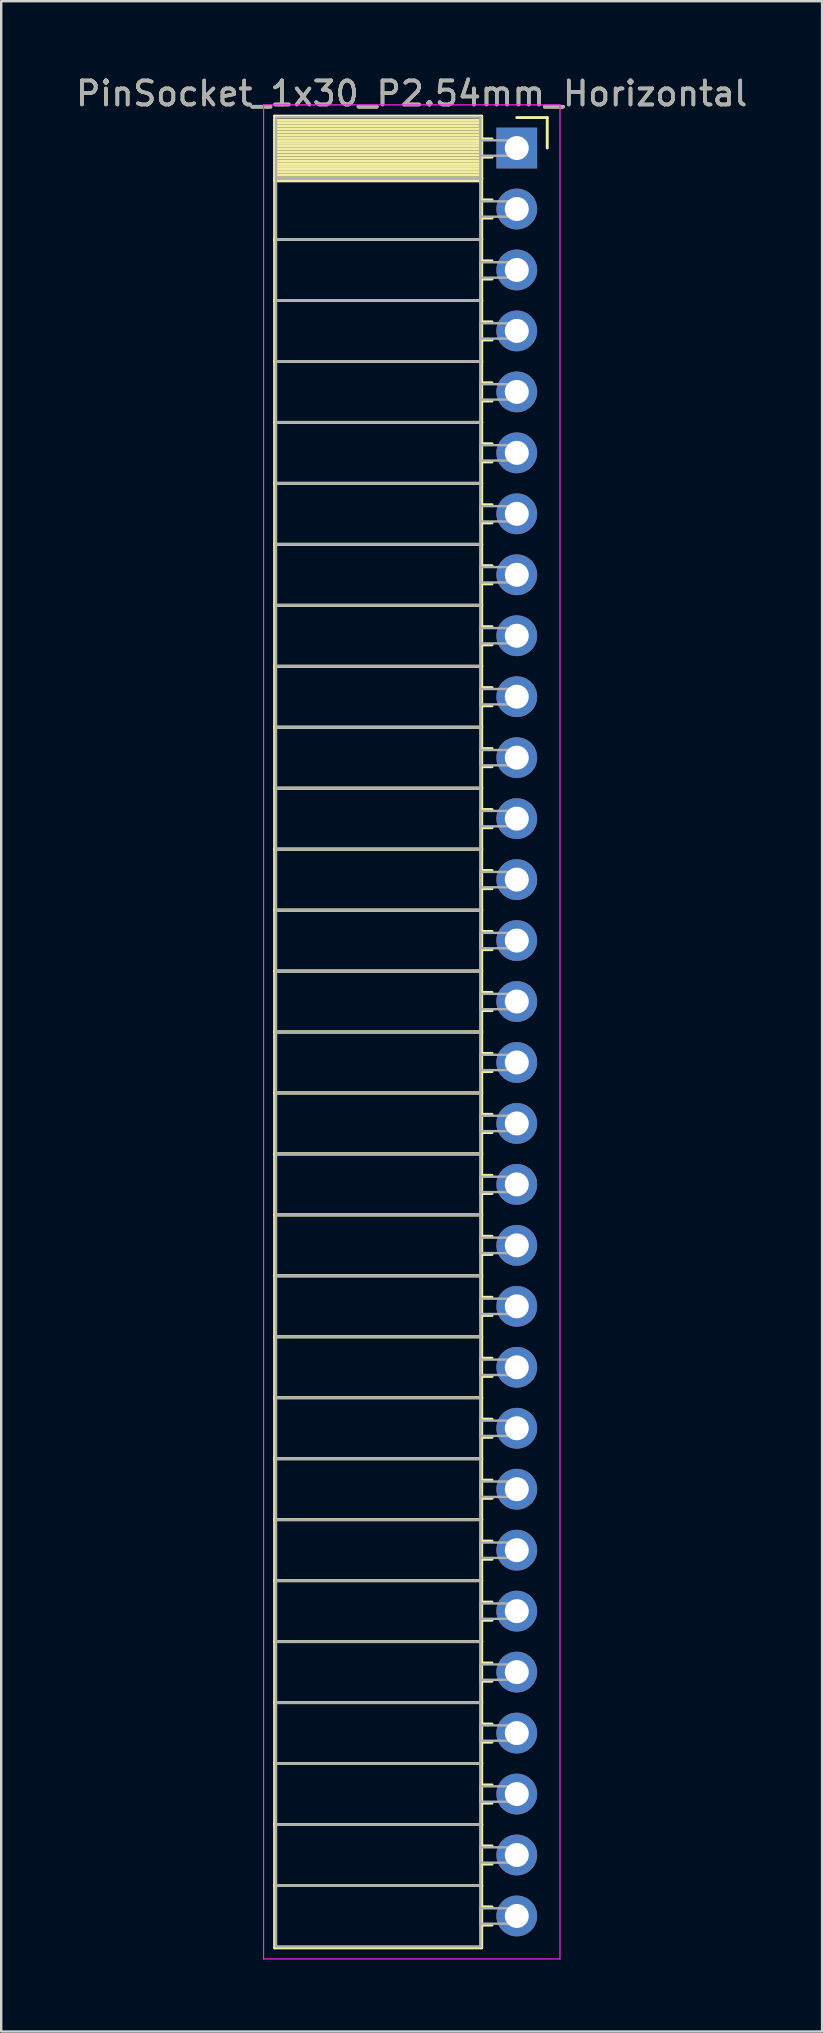
<source format=kicad_pcb>
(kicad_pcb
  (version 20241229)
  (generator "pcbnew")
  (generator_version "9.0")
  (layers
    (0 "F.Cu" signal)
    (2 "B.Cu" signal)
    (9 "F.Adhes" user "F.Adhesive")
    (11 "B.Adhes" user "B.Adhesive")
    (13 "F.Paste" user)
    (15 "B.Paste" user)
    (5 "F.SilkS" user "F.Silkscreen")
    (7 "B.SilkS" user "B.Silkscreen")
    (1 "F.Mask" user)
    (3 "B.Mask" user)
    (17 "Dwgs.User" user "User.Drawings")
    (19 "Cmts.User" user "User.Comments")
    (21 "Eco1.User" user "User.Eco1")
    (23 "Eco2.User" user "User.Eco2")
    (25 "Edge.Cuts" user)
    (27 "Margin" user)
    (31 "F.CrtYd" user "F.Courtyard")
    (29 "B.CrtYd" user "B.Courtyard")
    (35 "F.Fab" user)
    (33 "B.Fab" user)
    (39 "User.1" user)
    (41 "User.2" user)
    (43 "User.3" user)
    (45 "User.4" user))
  (footprint "PinSocket_1x30_P2.54mm_Horizontal"
    (layer "F.Cu")
    (at 18.481 3.118)
    (property "Reference" "PinSocket_1x30_P2.54mm_Horizontal" (at -4.38 -2.27 0) (layer "F.SilkS") (effects (font (size 1 1) (thickness 0.15))))
    (attr through_hole)
    (fp_line (start -10.09 -1.33) (end -1.46 -1.33) (stroke (width 0.12) (type solid)) (layer "F.SilkS"))
    (fp_line (start -10.09 1.27) (end -10.09 -1.33) (stroke (width 0.12) (type solid)) (layer "F.SilkS"))
    (fp_line (start -10.09 1.27) (end -1.46 1.27) (stroke (width 0.12) (type solid)) (layer "F.SilkS"))
    (fp_line (start -10.09 3.81) (end -10.09 1.27) (stroke (width 0.12) (type solid)) (layer "F.SilkS"))
    (fp_line (start -10.09 3.81) (end -1.46 3.81) (stroke (width 0.12) (type solid)) (layer "F.SilkS"))
    (fp_line (start -10.09 6.35) (end -10.09 3.81) (stroke (width 0.12) (type solid)) (layer "F.SilkS"))
    (fp_line (start -10.09 6.35) (end -1.46 6.35) (stroke (width 0.12) (type solid)) (layer "F.SilkS"))
    (fp_line (start -10.09 8.89) (end -10.09 6.35) (stroke (width 0.12) (type solid)) (layer "F.SilkS"))
    (fp_line (start -10.09 8.89) (end -1.46 8.89) (stroke (width 0.12) (type solid)) (layer "F.SilkS"))
    (fp_line (start -10.09 11.43) (end -10.09 8.89) (stroke (width 0.12) (type solid)) (layer "F.SilkS"))
    (fp_line (start -10.09 11.43) (end -1.46 11.43) (stroke (width 0.12) (type solid)) (layer "F.SilkS"))
    (fp_line (start -10.09 13.97) (end -10.09 11.43) (stroke (width 0.12) (type solid)) (layer "F.SilkS"))
    (fp_line (start -10.09 13.97) (end -1.46 13.97) (stroke (width 0.12) (type solid)) (layer "F.SilkS"))
    (fp_line (start -10.09 16.51) (end -10.09 13.97) (stroke (width 0.12) (type solid)) (layer "F.SilkS"))
    (fp_line (start -10.09 16.51) (end -1.46 16.51) (stroke (width 0.12) (type solid)) (layer "F.SilkS"))
    (fp_line (start -10.09 19.05) (end -10.09 16.51) (stroke (width 0.12) (type solid)) (layer "F.SilkS"))
    (fp_line (start -10.09 19.05) (end -1.46 19.05) (stroke (width 0.12) (type solid)) (layer "F.SilkS"))
    (fp_line (start -10.09 21.59) (end -10.09 19.05) (stroke (width 0.12) (type solid)) (layer "F.SilkS"))
    (fp_line (start -10.09 21.59) (end -1.46 21.59) (stroke (width 0.12) (type solid)) (layer "F.SilkS"))
    (fp_line (start -10.09 24.13) (end -10.09 21.59) (stroke (width 0.12) (type solid)) (layer "F.SilkS"))
    (fp_line (start -10.09 24.13) (end -1.46 24.13) (stroke (width 0.12) (type solid)) (layer "F.SilkS"))
    (fp_line (start -10.09 26.67) (end -10.09 24.13) (stroke (width 0.12) (type solid)) (layer "F.SilkS"))
    (fp_line (start -10.09 26.67) (end -1.46 26.67) (stroke (width 0.12) (type solid)) (layer "F.SilkS"))
    (fp_line (start -10.09 29.21) (end -10.09 26.67) (stroke (width 0.12) (type solid)) (layer "F.SilkS"))
    (fp_line (start -10.09 29.21) (end -1.46 29.21) (stroke (width 0.12) (type solid)) (layer "F.SilkS"))
    (fp_line (start -10.09 31.75) (end -10.09 29.21) (stroke (width 0.12) (type solid)) (layer "F.SilkS"))
    (fp_line (start -10.09 31.75) (end -1.46 31.75) (stroke (width 0.12) (type solid)) (layer "F.SilkS"))
    (fp_line (start -10.09 34.29) (end -10.09 31.75) (stroke (width 0.12) (type solid)) (layer "F.SilkS"))
    (fp_line (start -10.09 34.29) (end -1.46 34.29) (stroke (width 0.12) (type solid)) (layer "F.SilkS"))
    (fp_line (start -10.09 36.83) (end -10.09 34.29) (stroke (width 0.12) (type solid)) (layer "F.SilkS"))
    (fp_line (start -10.09 36.83) (end -1.46 36.83) (stroke (width 0.12) (type solid)) (layer "F.SilkS"))
    (fp_line (start -10.09 39.37) (end -10.09 36.83) (stroke (width 0.12) (type solid)) (layer "F.SilkS"))
    (fp_line (start -10.09 39.37) (end -1.46 39.37) (stroke (width 0.12) (type solid)) (layer "F.SilkS"))
    (fp_line (start -10.09 41.91) (end -10.09 39.37) (stroke (width 0.12) (type solid)) (layer "F.SilkS"))
    (fp_line (start -10.09 41.91) (end -1.46 41.91) (stroke (width 0.12) (type solid)) (layer "F.SilkS"))
    (fp_line (start -10.09 44.45) (end -10.09 41.91) (stroke (width 0.12) (type solid)) (layer "F.SilkS"))
    (fp_line (start -10.09 44.45) (end -1.46 44.45) (stroke (width 0.12) (type solid)) (layer "F.SilkS"))
    (fp_line (start -10.09 46.99) (end -10.09 44.45) (stroke (width 0.12) (type solid)) (layer "F.SilkS"))
    (fp_line (start -10.09 46.99) (end -1.46 46.99) (stroke (width 0.12) (type solid)) (layer "F.SilkS"))
    (fp_line (start -10.09 49.53) (end -10.09 46.99) (stroke (width 0.12) (type solid)) (layer "F.SilkS"))
    (fp_line (start -10.09 49.53) (end -1.46 49.53) (stroke (width 0.12) (type solid)) (layer "F.SilkS"))
    (fp_line (start -10.09 52.07) (end -10.09 49.53) (stroke (width 0.12) (type solid)) (layer "F.SilkS"))
    (fp_line (start -10.09 52.07) (end -1.46 52.07) (stroke (width 0.12) (type solid)) (layer "F.SilkS"))
    (fp_line (start -10.09 54.61) (end -10.09 52.07) (stroke (width 0.12) (type solid)) (layer "F.SilkS"))
    (fp_line (start -10.09 54.61) (end -1.46 54.61) (stroke (width 0.12) (type solid)) (layer "F.SilkS"))
    (fp_line (start -10.09 57.15) (end -10.09 54.61) (stroke (width 0.12) (type solid)) (layer "F.SilkS"))
    (fp_line (start -10.09 57.15) (end -1.46 57.15) (stroke (width 0.12) (type solid)) (layer "F.SilkS"))
    (fp_line (start -10.09 59.69) (end -10.09 57.15) (stroke (width 0.12) (type solid)) (layer "F.SilkS"))
    (fp_line (start -10.09 59.69) (end -1.46 59.69) (stroke (width 0.12) (type solid)) (layer "F.SilkS"))
    (fp_line (start -10.09 62.23) (end -10.09 59.69) (stroke (width 0.12) (type solid)) (layer "F.SilkS"))
    (fp_line (start -10.09 62.23) (end -1.46 62.23) (stroke (width 0.12) (type solid)) (layer "F.SilkS"))
    (fp_line (start -10.09 64.77) (end -10.09 62.23) (stroke (width 0.12) (type solid)) (layer "F.SilkS"))
    (fp_line (start -10.09 64.77) (end -1.46 64.77) (stroke (width 0.12) (type solid)) (layer "F.SilkS"))
    (fp_line (start -10.09 67.31) (end -10.09 64.77) (stroke (width 0.12) (type solid)) (layer "F.SilkS"))
    (fp_line (start -10.09 67.31) (end -1.46 67.31) (stroke (width 0.12) (type solid)) (layer "F.SilkS"))
    (fp_line (start -10.09 69.85) (end -10.09 67.31) (stroke (width 0.12) (type solid)) (layer "F.SilkS"))
    (fp_line (start -10.09 69.85) (end -1.46 69.85) (stroke (width 0.12) (type solid)) (layer "F.SilkS"))
    (fp_line (start -10.09 72.39) (end -10.09 69.85) (stroke (width 0.12) (type solid)) (layer "F.SilkS"))
    (fp_line (start -10.09 72.39) (end -1.46 72.39) (stroke (width 0.12) (type solid)) (layer "F.SilkS"))
    (fp_line (start -10.09 74.99) (end -10.09 72.39) (stroke (width 0.12) (type solid)) (layer "F.SilkS"))
    (fp_line (start -1.46 -1.33) (end -1.46 1.27) (stroke (width 0.12) (type solid)) (layer "F.SilkS"))
    (fp_line (start -1.46 -1.15) (end -10.09 -1.15) (stroke (width 0.12) (type solid)) (layer "F.SilkS"))
    (fp_line (start -1.46 -1.03) (end -10.09 -1.03) (stroke (width 0.12) (type solid)) (layer "F.SilkS"))
    (fp_line (start -1.46 -0.91) (end -10.09 -0.91) (stroke (width 0.12) (type solid)) (layer "F.SilkS"))
    (fp_line (start -1.46 -0.79) (end -10.09 -0.79) (stroke (width 0.12) (type solid)) (layer "F.SilkS"))
    (fp_line (start -1.46 -0.67) (end -10.09 -0.67) (stroke (width 0.12) (type solid)) (layer "F.SilkS"))
    (fp_line (start -1.46 -0.55) (end -10.09 -0.55) (stroke (width 0.12) (type solid)) (layer "F.SilkS"))
    (fp_line (start -1.46 -0.43) (end -10.09 -0.43) (stroke (width 0.12) (type solid)) (layer "F.SilkS"))
    (fp_line (start -1.46 -0.31) (end -10.09 -0.31) (stroke (width 0.12) (type solid)) (layer "F.SilkS"))
    (fp_line (start -1.46 -0.19) (end -10.09 -0.19) (stroke (width 0.12) (type solid)) (layer "F.SilkS"))
    (fp_line (start -1.46 -0.07) (end -10.09 -0.07) (stroke (width 0.12) (type solid)) (layer "F.SilkS"))
    (fp_line (start -1.46 0.05) (end -10.09 0.05) (stroke (width 0.12) (type solid)) (layer "F.SilkS"))
    (fp_line (start -1.46 0.17) (end -10.09 0.17) (stroke (width 0.12) (type solid)) (layer "F.SilkS"))
    (fp_line (start -1.46 0.29) (end -10.09 0.29) (stroke (width 0.12) (type solid)) (layer "F.SilkS"))
    (fp_line (start -1.46 0.41) (end -10.09 0.41) (stroke (width 0.12) (type solid)) (layer "F.SilkS"))
    (fp_line (start -1.46 0.53) (end -10.09 0.53) (stroke (width 0.12) (type solid)) (layer "F.SilkS"))
    (fp_line (start -1.46 0.65) (end -10.09 0.65) (stroke (width 0.12) (type solid)) (layer "F.SilkS"))
    (fp_line (start -1.46 0.77) (end -10.09 0.77) (stroke (width 0.12) (type solid)) (layer "F.SilkS"))
    (fp_line (start -1.46 0.89) (end -10.09 0.89) (stroke (width 0.12) (type solid)) (layer "F.SilkS"))
    (fp_line (start -1.46 1.01) (end -10.09 1.01) (stroke (width 0.12) (type solid)) (layer "F.SilkS"))
    (fp_line (start -1.46 1.13) (end -10.09 1.13) (stroke (width 0.12) (type solid)) (layer "F.SilkS"))
    (fp_line (start -1.46 1.25) (end -10.09 1.25) (stroke (width 0.12) (type solid)) (layer "F.SilkS"))
    (fp_line (start -1.46 1.27) (end -10.09 1.27) (stroke (width 0.12) (type solid)) (layer "F.SilkS"))
    (fp_line (start -1.46 1.27) (end -1.46 3.81) (stroke (width 0.12) (type solid)) (layer "F.SilkS"))
    (fp_line (start -1.46 1.37) (end -10.09 1.37) (stroke (width 0.12) (type solid)) (layer "F.SilkS"))
    (fp_line (start -1.46 3.81) (end -10.09 3.81) (stroke (width 0.12) (type solid)) (layer "F.SilkS"))
    (fp_line (start -1.46 3.81) (end -1.46 6.35) (stroke (width 0.12) (type solid)) (layer "F.SilkS"))
    (fp_line (start -1.46 6.35) (end -10.09 6.35) (stroke (width 0.12) (type solid)) (layer "F.SilkS"))
    (fp_line (start -1.46 6.35) (end -1.46 8.89) (stroke (width 0.12) (type solid)) (layer "F.SilkS"))
    (fp_line (start -1.46 8.89) (end -10.09 8.89) (stroke (width 0.12) (type solid)) (layer "F.SilkS"))
    (fp_line (start -1.46 8.89) (end -1.46 11.43) (stroke (width 0.12) (type solid)) (layer "F.SilkS"))
    (fp_line (start -1.46 11.43) (end -10.09 11.43) (stroke (width 0.12) (type solid)) (layer "F.SilkS"))
    (fp_line (start -1.46 11.43) (end -1.46 13.97) (stroke (width 0.12) (type solid)) (layer "F.SilkS"))
    (fp_line (start -1.46 13.97) (end -10.09 13.97) (stroke (width 0.12) (type solid)) (layer "F.SilkS"))
    (fp_line (start -1.46 13.97) (end -1.46 16.51) (stroke (width 0.12) (type solid)) (layer "F.SilkS"))
    (fp_line (start -1.46 16.51) (end -10.09 16.51) (stroke (width 0.12) (type solid)) (layer "F.SilkS"))
    (fp_line (start -1.46 16.51) (end -1.46 19.05) (stroke (width 0.12) (type solid)) (layer "F.SilkS"))
    (fp_line (start -1.46 19.05) (end -10.09 19.05) (stroke (width 0.12) (type solid)) (layer "F.SilkS"))
    (fp_line (start -1.46 19.05) (end -1.46 21.59) (stroke (width 0.12) (type solid)) (layer "F.SilkS"))
    (fp_line (start -1.46 21.59) (end -10.09 21.59) (stroke (width 0.12) (type solid)) (layer "F.SilkS"))
    (fp_line (start -1.46 21.59) (end -1.46 24.13) (stroke (width 0.12) (type solid)) (layer "F.SilkS"))
    (fp_line (start -1.46 24.13) (end -10.09 24.13) (stroke (width 0.12) (type solid)) (layer "F.SilkS"))
    (fp_line (start -1.46 24.13) (end -1.46 26.67) (stroke (width 0.12) (type solid)) (layer "F.SilkS"))
    (fp_line (start -1.46 26.67) (end -10.09 26.67) (stroke (width 0.12) (type solid)) (layer "F.SilkS"))
    (fp_line (start -1.46 26.67) (end -1.46 29.21) (stroke (width 0.12) (type solid)) (layer "F.SilkS"))
    (fp_line (start -1.46 29.21) (end -10.09 29.21) (stroke (width 0.12) (type solid)) (layer "F.SilkS"))
    (fp_line (start -1.46 29.21) (end -1.46 31.75) (stroke (width 0.12) (type solid)) (layer "F.SilkS"))
    (fp_line (start -1.46 31.75) (end -10.09 31.75) (stroke (width 0.12) (type solid)) (layer "F.SilkS"))
    (fp_line (start -1.46 31.75) (end -1.46 34.29) (stroke (width 0.12) (type solid)) (layer "F.SilkS"))
    (fp_line (start -1.46 34.29) (end -10.09 34.29) (stroke (width 0.12) (type solid)) (layer "F.SilkS"))
    (fp_line (start -1.46 34.29) (end -1.46 36.83) (stroke (width 0.12) (type solid)) (layer "F.SilkS"))
    (fp_line (start -1.46 36.83) (end -10.09 36.83) (stroke (width 0.12) (type solid)) (layer "F.SilkS"))
    (fp_line (start -1.46 36.83) (end -1.46 39.37) (stroke (width 0.12) (type solid)) (layer "F.SilkS"))
    (fp_line (start -1.46 39.37) (end -10.09 39.37) (stroke (width 0.12) (type solid)) (layer "F.SilkS"))
    (fp_line (start -1.46 39.37) (end -1.46 41.91) (stroke (width 0.12) (type solid)) (layer "F.SilkS"))
    (fp_line (start -1.46 41.91) (end -10.09 41.91) (stroke (width 0.12) (type solid)) (layer "F.SilkS"))
    (fp_line (start -1.46 41.91) (end -1.46 44.45) (stroke (width 0.12) (type solid)) (layer "F.SilkS"))
    (fp_line (start -1.46 44.45) (end -10.09 44.45) (stroke (width 0.12) (type solid)) (layer "F.SilkS"))
    (fp_line (start -1.46 44.45) (end -1.46 46.99) (stroke (width 0.12) (type solid)) (layer "F.SilkS"))
    (fp_line (start -1.46 46.99) (end -10.09 46.99) (stroke (width 0.12) (type solid)) (layer "F.SilkS"))
    (fp_line (start -1.46 46.99) (end -1.46 49.53) (stroke (width 0.12) (type solid)) (layer "F.SilkS"))
    (fp_line (start -1.46 49.53) (end -10.09 49.53) (stroke (width 0.12) (type solid)) (layer "F.SilkS"))
    (fp_line (start -1.46 49.53) (end -1.46 52.07) (stroke (width 0.12) (type solid)) (layer "F.SilkS"))
    (fp_line (start -1.46 52.07) (end -10.09 52.07) (stroke (width 0.12) (type solid)) (layer "F.SilkS"))
    (fp_line (start -1.46 52.07) (end -1.46 54.61) (stroke (width 0.12) (type solid)) (layer "F.SilkS"))
    (fp_line (start -1.46 54.61) (end -10.09 54.61) (stroke (width 0.12) (type solid)) (layer "F.SilkS"))
    (fp_line (start -1.46 54.61) (end -1.46 57.15) (stroke (width 0.12) (type solid)) (layer "F.SilkS"))
    (fp_line (start -1.46 57.15) (end -10.09 57.15) (stroke (width 0.12) (type solid)) (layer "F.SilkS"))
    (fp_line (start -1.46 57.15) (end -1.46 59.69) (stroke (width 0.12) (type solid)) (layer "F.SilkS"))
    (fp_line (start -1.46 59.69) (end -10.09 59.69) (stroke (width 0.12) (type solid)) (layer "F.SilkS"))
    (fp_line (start -1.46 59.69) (end -1.46 62.23) (stroke (width 0.12) (type solid)) (layer "F.SilkS"))
    (fp_line (start -1.46 62.23) (end -10.09 62.23) (stroke (width 0.12) (type solid)) (layer "F.SilkS"))
    (fp_line (start -1.46 62.23) (end -1.46 64.77) (stroke (width 0.12) (type solid)) (layer "F.SilkS"))
    (fp_line (start -1.46 64.77) (end -10.09 64.77) (stroke (width 0.12) (type solid)) (layer "F.SilkS"))
    (fp_line (start -1.46 64.77) (end -1.46 67.31) (stroke (width 0.12) (type solid)) (layer "F.SilkS"))
    (fp_line (start -1.46 67.31) (end -10.09 67.31) (stroke (width 0.12) (type solid)) (layer "F.SilkS"))
    (fp_line (start -1.46 67.31) (end -1.46 69.85) (stroke (width 0.12) (type solid)) (layer "F.SilkS"))
    (fp_line (start -1.46 69.85) (end -10.09 69.85) (stroke (width 0.12) (type solid)) (layer "F.SilkS"))
    (fp_line (start -1.46 69.85) (end -1.46 72.39) (stroke (width 0.12) (type solid)) (layer "F.SilkS"))
    (fp_line (start -1.46 72.39) (end -10.09 72.39) (stroke (width 0.12) (type solid)) (layer "F.SilkS"))
    (fp_line (start -1.46 72.39) (end -1.46 74.99) (stroke (width 0.12) (type solid)) (layer "F.SilkS"))
    (fp_line (start -1.46 74.99) (end -10.09 74.99) (stroke (width 0.12) (type solid)) (layer "F.SilkS"))
    (fp_line (start -1.03 -0.38) (end -1.46 -0.38) (stroke (width 0.12) (type solid)) (layer "F.SilkS"))
    (fp_line (start -1.03 0.38) (end -1.46 0.38) (stroke (width 0.12) (type solid)) (layer "F.SilkS"))
    (fp_line (start -1.03 2.16) (end -1.46 2.16) (stroke (width 0.12) (type solid)) (layer "F.SilkS"))
    (fp_line (start -1.03 2.92) (end -1.46 2.92) (stroke (width 0.12) (type solid)) (layer "F.SilkS"))
    (fp_line (start -1.03 4.7) (end -1.46 4.7) (stroke (width 0.12) (type solid)) (layer "F.SilkS"))
    (fp_line (start -1.03 5.46) (end -1.46 5.46) (stroke (width 0.12) (type solid)) (layer "F.SilkS"))
    (fp_line (start -1.03 7.24) (end -1.46 7.24) (stroke (width 0.12) (type solid)) (layer "F.SilkS"))
    (fp_line (start -1.03 8) (end -1.46 8) (stroke (width 0.12) (type solid)) (layer "F.SilkS"))
    (fp_line (start -1.03 9.78) (end -1.46 9.78) (stroke (width 0.12) (type solid)) (layer "F.SilkS"))
    (fp_line (start -1.03 10.54) (end -1.46 10.54) (stroke (width 0.12) (type solid)) (layer "F.SilkS"))
    (fp_line (start -1.03 12.32) (end -1.46 12.32) (stroke (width 0.12) (type solid)) (layer "F.SilkS"))
    (fp_line (start -1.03 13.08) (end -1.46 13.08) (stroke (width 0.12) (type solid)) (layer "F.SilkS"))
    (fp_line (start -1.03 14.86) (end -1.46 14.86) (stroke (width 0.12) (type solid)) (layer "F.SilkS"))
    (fp_line (start -1.03 15.62) (end -1.46 15.62) (stroke (width 0.12) (type solid)) (layer "F.SilkS"))
    (fp_line (start -1.03 17.4) (end -1.46 17.4) (stroke (width 0.12) (type solid)) (layer "F.SilkS"))
    (fp_line (start -1.03 18.16) (end -1.46 18.16) (stroke (width 0.12) (type solid)) (layer "F.SilkS"))
    (fp_line (start -1.03 19.94) (end -1.46 19.94) (stroke (width 0.12) (type solid)) (layer "F.SilkS"))
    (fp_line (start -1.03 20.7) (end -1.46 20.7) (stroke (width 0.12) (type solid)) (layer "F.SilkS"))
    (fp_line (start -1.03 22.48) (end -1.46 22.48) (stroke (width 0.12) (type solid)) (layer "F.SilkS"))
    (fp_line (start -1.03 23.24) (end -1.46 23.24) (stroke (width 0.12) (type solid)) (layer "F.SilkS"))
    (fp_line (start -1.03 25.02) (end -1.46 25.02) (stroke (width 0.12) (type solid)) (layer "F.SilkS"))
    (fp_line (start -1.03 25.78) (end -1.46 25.78) (stroke (width 0.12) (type solid)) (layer "F.SilkS"))
    (fp_line (start -1.03 27.56) (end -1.46 27.56) (stroke (width 0.12) (type solid)) (layer "F.SilkS"))
    (fp_line (start -1.03 28.32) (end -1.46 28.32) (stroke (width 0.12) (type solid)) (layer "F.SilkS"))
    (fp_line (start -1.03 30.1) (end -1.46 30.1) (stroke (width 0.12) (type solid)) (layer "F.SilkS"))
    (fp_line (start -1.03 30.86) (end -1.46 30.86) (stroke (width 0.12) (type solid)) (layer "F.SilkS"))
    (fp_line (start -1.03 32.64) (end -1.46 32.64) (stroke (width 0.12) (type solid)) (layer "F.SilkS"))
    (fp_line (start -1.03 33.4) (end -1.46 33.4) (stroke (width 0.12) (type solid)) (layer "F.SilkS"))
    (fp_line (start -1.03 35.18) (end -1.46 35.18) (stroke (width 0.12) (type solid)) (layer "F.SilkS"))
    (fp_line (start -1.03 35.94) (end -1.46 35.94) (stroke (width 0.12) (type solid)) (layer "F.SilkS"))
    (fp_line (start -1.03 37.72) (end -1.46 37.72) (stroke (width 0.12) (type solid)) (layer "F.SilkS"))
    (fp_line (start -1.03 38.48) (end -1.46 38.48) (stroke (width 0.12) (type solid)) (layer "F.SilkS"))
    (fp_line (start -1.03 40.26) (end -1.46 40.26) (stroke (width 0.12) (type solid)) (layer "F.SilkS"))
    (fp_line (start -1.03 41.02) (end -1.46 41.02) (stroke (width 0.12) (type solid)) (layer "F.SilkS"))
    (fp_line (start -1.03 42.8) (end -1.46 42.8) (stroke (width 0.12) (type solid)) (layer "F.SilkS"))
    (fp_line (start -1.03 43.56) (end -1.46 43.56) (stroke (width 0.12) (type solid)) (layer "F.SilkS"))
    (fp_line (start -1.03 45.34) (end -1.46 45.34) (stroke (width 0.12) (type solid)) (layer "F.SilkS"))
    (fp_line (start -1.03 46.1) (end -1.46 46.1) (stroke (width 0.12) (type solid)) (layer "F.SilkS"))
    (fp_line (start -1.03 47.88) (end -1.46 47.88) (stroke (width 0.12) (type solid)) (layer "F.SilkS"))
    (fp_line (start -1.03 48.64) (end -1.46 48.64) (stroke (width 0.12) (type solid)) (layer "F.SilkS"))
    (fp_line (start -1.03 50.42) (end -1.46 50.42) (stroke (width 0.12) (type solid)) (layer "F.SilkS"))
    (fp_line (start -1.03 51.18) (end -1.46 51.18) (stroke (width 0.12) (type solid)) (layer "F.SilkS"))
    (fp_line (start -1.03 52.96) (end -1.46 52.96) (stroke (width 0.12) (type solid)) (layer "F.SilkS"))
    (fp_line (start -1.03 53.72) (end -1.46 53.72) (stroke (width 0.12) (type solid)) (layer "F.SilkS"))
    (fp_line (start -1.03 55.5) (end -1.46 55.5) (stroke (width 0.12) (type solid)) (layer "F.SilkS"))
    (fp_line (start -1.03 56.26) (end -1.46 56.26) (stroke (width 0.12) (type solid)) (layer "F.SilkS"))
    (fp_line (start -1.03 58.04) (end -1.46 58.04) (stroke (width 0.12) (type solid)) (layer "F.SilkS"))
    (fp_line (start -1.03 58.8) (end -1.46 58.8) (stroke (width 0.12) (type solid)) (layer "F.SilkS"))
    (fp_line (start -1.03 60.58) (end -1.46 60.58) (stroke (width 0.12) (type solid)) (layer "F.SilkS"))
    (fp_line (start -1.03 61.34) (end -1.46 61.34) (stroke (width 0.12) (type solid)) (layer "F.SilkS"))
    (fp_line (start -1.03 63.12) (end -1.46 63.12) (stroke (width 0.12) (type solid)) (layer "F.SilkS"))
    (fp_line (start -1.03 63.88) (end -1.46 63.88) (stroke (width 0.12) (type solid)) (layer "F.SilkS"))
    (fp_line (start -1.03 65.66) (end -1.46 65.66) (stroke (width 0.12) (type solid)) (layer "F.SilkS"))
    (fp_line (start -1.03 66.42) (end -1.46 66.42) (stroke (width 0.12) (type solid)) (layer "F.SilkS"))
    (fp_line (start -1.03 68.2) (end -1.46 68.2) (stroke (width 0.12) (type solid)) (layer "F.SilkS"))
    (fp_line (start -1.03 68.96) (end -1.46 68.96) (stroke (width 0.12) (type solid)) (layer "F.SilkS"))
    (fp_line (start -1.03 70.74) (end -1.46 70.74) (stroke (width 0.12) (type solid)) (layer "F.SilkS"))
    (fp_line (start -1.03 71.5) (end -1.46 71.5) (stroke (width 0.12) (type solid)) (layer "F.SilkS"))
    (fp_line (start -1.03 73.28) (end -1.46 73.28) (stroke (width 0.12) (type solid)) (layer "F.SilkS"))
    (fp_line (start -1.03 74.04) (end -1.46 74.04) (stroke (width 0.12) (type solid)) (layer "F.SilkS"))
    (fp_line (start 0 -1.27) (end 1.27 -1.27) (stroke (width 0.12) (type solid)) (layer "F.SilkS"))
    (fp_line (start 1.27 -1.27) (end 1.27 0) (stroke (width 0.12) (type solid)) (layer "F.SilkS"))
    (fp_line (start -10.55 -1.8) (end 1.8 -1.8) (stroke (width 0.05) (type solid)) (layer "F.CrtYd"))
    (fp_line (start -10.55 75.45) (end -10.55 -1.8) (stroke (width 0.05) (type solid)) (layer "F.CrtYd"))
    (fp_line (start 1.8 -1.8) (end 1.8 75.45) (stroke (width 0.05) (type solid)) (layer "F.CrtYd"))
    (fp_line (start 1.8 75.45) (end -10.55 75.45) (stroke (width 0.05) (type solid)) (layer "F.CrtYd"))
    (fp_line (start -10.03 -1.27) (end -1.52 -1.27) (stroke (width 0.1) (type solid)) (layer "F.Fab"))
    (fp_line (start -10.03 1.27) (end -10.03 -1.27) (stroke (width 0.1) (type solid)) (layer "F.Fab"))
    (fp_line (start -10.03 1.27) (end -1.52 1.27) (stroke (width 0.1) (type solid)) (layer "F.Fab"))
    (fp_line (start -10.03 3.81) (end -10.03 1.27) (stroke (width 0.1) (type solid)) (layer "F.Fab"))
    (fp_line (start -10.03 3.81) (end -1.52 3.81) (stroke (width 0.1) (type solid)) (layer "F.Fab"))
    (fp_line (start -10.03 6.35) (end -10.03 3.81) (stroke (width 0.1) (type solid)) (layer "F.Fab"))
    (fp_line (start -10.03 6.35) (end -1.52 6.35) (stroke (width 0.1) (type solid)) (layer "F.Fab"))
    (fp_line (start -10.03 8.89) (end -10.03 6.35) (stroke (width 0.1) (type solid)) (layer "F.Fab"))
    (fp_line (start -10.03 8.89) (end -1.52 8.89) (stroke (width 0.1) (type solid)) (layer "F.Fab"))
    (fp_line (start -10.03 11.43) (end -10.03 8.89) (stroke (width 0.1) (type solid)) (layer "F.Fab"))
    (fp_line (start -10.03 11.43) (end -1.52 11.43) (stroke (width 0.1) (type solid)) (layer "F.Fab"))
    (fp_line (start -10.03 13.97) (end -10.03 11.43) (stroke (width 0.1) (type solid)) (layer "F.Fab"))
    (fp_line (start -10.03 13.97) (end -1.52 13.97) (stroke (width 0.1) (type solid)) (layer "F.Fab"))
    (fp_line (start -10.03 16.51) (end -10.03 13.97) (stroke (width 0.1) (type solid)) (layer "F.Fab"))
    (fp_line (start -10.03 16.51) (end -1.52 16.51) (stroke (width 0.1) (type solid)) (layer "F.Fab"))
    (fp_line (start -10.03 19.05) (end -10.03 16.51) (stroke (width 0.1) (type solid)) (layer "F.Fab"))
    (fp_line (start -10.03 19.05) (end -1.52 19.05) (stroke (width 0.1) (type solid)) (layer "F.Fab"))
    (fp_line (start -10.03 21.59) (end -10.03 19.05) (stroke (width 0.1) (type solid)) (layer "F.Fab"))
    (fp_line (start -10.03 21.59) (end -1.52 21.59) (stroke (width 0.1) (type solid)) (layer "F.Fab"))
    (fp_line (start -10.03 24.13) (end -10.03 21.59) (stroke (width 0.1) (type solid)) (layer "F.Fab"))
    (fp_line (start -10.03 24.13) (end -1.52 24.13) (stroke (width 0.1) (type solid)) (layer "F.Fab"))
    (fp_line (start -10.03 26.67) (end -10.03 24.13) (stroke (width 0.1) (type solid)) (layer "F.Fab"))
    (fp_line (start -10.03 26.67) (end -1.52 26.67) (stroke (width 0.1) (type solid)) (layer "F.Fab"))
    (fp_line (start -10.03 29.21) (end -10.03 26.67) (stroke (width 0.1) (type solid)) (layer "F.Fab"))
    (fp_line (start -10.03 29.21) (end -1.52 29.21) (stroke (width 0.1) (type solid)) (layer "F.Fab"))
    (fp_line (start -10.03 31.75) (end -10.03 29.21) (stroke (width 0.1) (type solid)) (layer "F.Fab"))
    (fp_line (start -10.03 31.75) (end -1.52 31.75) (stroke (width 0.1) (type solid)) (layer "F.Fab"))
    (fp_line (start -10.03 34.29) (end -10.03 31.75) (stroke (width 0.1) (type solid)) (layer "F.Fab"))
    (fp_line (start -10.03 34.29) (end -1.52 34.29) (stroke (width 0.1) (type solid)) (layer "F.Fab"))
    (fp_line (start -10.03 36.83) (end -10.03 34.29) (stroke (width 0.1) (type solid)) (layer "F.Fab"))
    (fp_line (start -10.03 36.83) (end -1.52 36.83) (stroke (width 0.1) (type solid)) (layer "F.Fab"))
    (fp_line (start -10.03 39.37) (end -10.03 36.83) (stroke (width 0.1) (type solid)) (layer "F.Fab"))
    (fp_line (start -10.03 39.37) (end -1.52 39.37) (stroke (width 0.1) (type solid)) (layer "F.Fab"))
    (fp_line (start -10.03 41.91) (end -10.03 39.37) (stroke (width 0.1) (type solid)) (layer "F.Fab"))
    (fp_line (start -10.03 41.91) (end -1.52 41.91) (stroke (width 0.1) (type solid)) (layer "F.Fab"))
    (fp_line (start -10.03 44.45) (end -10.03 41.91) (stroke (width 0.1) (type solid)) (layer "F.Fab"))
    (fp_line (start -10.03 44.45) (end -1.52 44.45) (stroke (width 0.1) (type solid)) (layer "F.Fab"))
    (fp_line (start -10.03 46.99) (end -10.03 44.45) (stroke (width 0.1) (type solid)) (layer "F.Fab"))
    (fp_line (start -10.03 46.99) (end -1.52 46.99) (stroke (width 0.1) (type solid)) (layer "F.Fab"))
    (fp_line (start -10.03 49.53) (end -10.03 46.99) (stroke (width 0.1) (type solid)) (layer "F.Fab"))
    (fp_line (start -10.03 49.53) (end -1.52 49.53) (stroke (width 0.1) (type solid)) (layer "F.Fab"))
    (fp_line (start -10.03 52.07) (end -10.03 49.53) (stroke (width 0.1) (type solid)) (layer "F.Fab"))
    (fp_line (start -10.03 52.07) (end -1.52 52.07) (stroke (width 0.1) (type solid)) (layer "F.Fab"))
    (fp_line (start -10.03 54.61) (end -10.03 52.07) (stroke (width 0.1) (type solid)) (layer "F.Fab"))
    (fp_line (start -10.03 54.61) (end -1.52 54.61) (stroke (width 0.1) (type solid)) (layer "F.Fab"))
    (fp_line (start -10.03 57.15) (end -10.03 54.61) (stroke (width 0.1) (type solid)) (layer "F.Fab"))
    (fp_line (start -10.03 57.15) (end -1.52 57.15) (stroke (width 0.1) (type solid)) (layer "F.Fab"))
    (fp_line (start -10.03 59.69) (end -10.03 57.15) (stroke (width 0.1) (type solid)) (layer "F.Fab"))
    (fp_line (start -10.03 59.69) (end -1.52 59.69) (stroke (width 0.1) (type solid)) (layer "F.Fab"))
    (fp_line (start -10.03 62.23) (end -10.03 59.69) (stroke (width 0.1) (type solid)) (layer "F.Fab"))
    (fp_line (start -10.03 62.23) (end -1.52 62.23) (stroke (width 0.1) (type solid)) (layer "F.Fab"))
    (fp_line (start -10.03 64.77) (end -10.03 62.23) (stroke (width 0.1) (type solid)) (layer "F.Fab"))
    (fp_line (start -10.03 64.77) (end -1.52 64.77) (stroke (width 0.1) (type solid)) (layer "F.Fab"))
    (fp_line (start -10.03 67.31) (end -10.03 64.77) (stroke (width 0.1) (type solid)) (layer "F.Fab"))
    (fp_line (start -10.03 67.31) (end -1.52 67.31) (stroke (width 0.1) (type solid)) (layer "F.Fab"))
    (fp_line (start -10.03 69.85) (end -10.03 67.31) (stroke (width 0.1) (type solid)) (layer "F.Fab"))
    (fp_line (start -10.03 69.85) (end -1.52 69.85) (stroke (width 0.1) (type solid)) (layer "F.Fab"))
    (fp_line (start -10.03 72.39) (end -10.03 69.85) (stroke (width 0.1) (type solid)) (layer "F.Fab"))
    (fp_line (start -10.03 72.39) (end -1.52 72.39) (stroke (width 0.1) (type solid)) (layer "F.Fab"))
    (fp_line (start -10.03 74.93) (end -10.03 72.39) (stroke (width 0.1) (type solid)) (layer "F.Fab"))
    (fp_line (start -1.52 -1.27) (end -1.52 1.27) (stroke (width 0.1) (type solid)) (layer "F.Fab"))
    (fp_line (start -1.52 -0.32) (end 0 -0.32) (stroke (width 0.1) (type solid)) (layer "F.Fab"))
    (fp_line (start -1.52 0.32) (end -1.52 -0.32) (stroke (width 0.1) (type solid)) (layer "F.Fab"))
    (fp_line (start -1.52 1.27) (end -10.03 1.27) (stroke (width 0.1) (type solid)) (layer "F.Fab"))
    (fp_line (start -1.52 1.27) (end -1.52 3.81) (stroke (width 0.1) (type solid)) (layer "F.Fab"))
    (fp_line (start -1.52 2.22) (end 0 2.22) (stroke (width 0.1) (type solid)) (layer "F.Fab"))
    (fp_line (start -1.52 2.86) (end -1.52 2.22) (stroke (width 0.1) (type solid)) (layer "F.Fab"))
    (fp_line (start -1.52 3.81) (end -10.03 3.81) (stroke (width 0.1) (type solid)) (layer "F.Fab"))
    (fp_line (start -1.52 3.81) (end -1.52 6.35) (stroke (width 0.1) (type solid)) (layer "F.Fab"))
    (fp_line (start -1.52 4.76) (end 0 4.76) (stroke (width 0.1) (type solid)) (layer "F.Fab"))
    (fp_line (start -1.52 5.4) (end -1.52 4.76) (stroke (width 0.1) (type solid)) (layer "F.Fab"))
    (fp_line (start -1.52 6.35) (end -10.03 6.35) (stroke (width 0.1) (type solid)) (layer "F.Fab"))
    (fp_line (start -1.52 6.35) (end -1.52 8.89) (stroke (width 0.1) (type solid)) (layer "F.Fab"))
    (fp_line (start -1.52 7.3) (end 0 7.3) (stroke (width 0.1) (type solid)) (layer "F.Fab"))
    (fp_line (start -1.52 7.94) (end -1.52 7.3) (stroke (width 0.1) (type solid)) (layer "F.Fab"))
    (fp_line (start -1.52 8.89) (end -10.03 8.89) (stroke (width 0.1) (type solid)) (layer "F.Fab"))
    (fp_line (start -1.52 8.89) (end -1.52 11.43) (stroke (width 0.1) (type solid)) (layer "F.Fab"))
    (fp_line (start -1.52 9.84) (end 0 9.84) (stroke (width 0.1) (type solid)) (layer "F.Fab"))
    (fp_line (start -1.52 10.48) (end -1.52 9.84) (stroke (width 0.1) (type solid)) (layer "F.Fab"))
    (fp_line (start -1.52 11.43) (end -10.03 11.43) (stroke (width 0.1) (type solid)) (layer "F.Fab"))
    (fp_line (start -1.52 11.43) (end -1.52 13.97) (stroke (width 0.1) (type solid)) (layer "F.Fab"))
    (fp_line (start -1.52 12.38) (end 0 12.38) (stroke (width 0.1) (type solid)) (layer "F.Fab"))
    (fp_line (start -1.52 13.02) (end -1.52 12.38) (stroke (width 0.1) (type solid)) (layer "F.Fab"))
    (fp_line (start -1.52 13.97) (end -10.03 13.97) (stroke (width 0.1) (type solid)) (layer "F.Fab"))
    (fp_line (start -1.52 13.97) (end -1.52 16.51) (stroke (width 0.1) (type solid)) (layer "F.Fab"))
    (fp_line (start -1.52 14.92) (end 0 14.92) (stroke (width 0.1) (type solid)) (layer "F.Fab"))
    (fp_line (start -1.52 15.56) (end -1.52 14.92) (stroke (width 0.1) (type solid)) (layer "F.Fab"))
    (fp_line (start -1.52 16.51) (end -10.03 16.51) (stroke (width 0.1) (type solid)) (layer "F.Fab"))
    (fp_line (start -1.52 16.51) (end -1.52 19.05) (stroke (width 0.1) (type solid)) (layer "F.Fab"))
    (fp_line (start -1.52 17.46) (end 0 17.46) (stroke (width 0.1) (type solid)) (layer "F.Fab"))
    (fp_line (start -1.52 18.1) (end -1.52 17.46) (stroke (width 0.1) (type solid)) (layer "F.Fab"))
    (fp_line (start -1.52 19.05) (end -10.03 19.05) (stroke (width 0.1) (type solid)) (layer "F.Fab"))
    (fp_line (start -1.52 19.05) (end -1.52 21.59) (stroke (width 0.1) (type solid)) (layer "F.Fab"))
    (fp_line (start -1.52 20) (end 0 20) (stroke (width 0.1) (type solid)) (layer "F.Fab"))
    (fp_line (start -1.52 20.64) (end -1.52 20) (stroke (width 0.1) (type solid)) (layer "F.Fab"))
    (fp_line (start -1.52 21.59) (end -10.03 21.59) (stroke (width 0.1) (type solid)) (layer "F.Fab"))
    (fp_line (start -1.52 21.59) (end -1.52 24.13) (stroke (width 0.1) (type solid)) (layer "F.Fab"))
    (fp_line (start -1.52 22.54) (end 0 22.54) (stroke (width 0.1) (type solid)) (layer "F.Fab"))
    (fp_line (start -1.52 23.18) (end -1.52 22.54) (stroke (width 0.1) (type solid)) (layer "F.Fab"))
    (fp_line (start -1.52 24.13) (end -10.03 24.13) (stroke (width 0.1) (type solid)) (layer "F.Fab"))
    (fp_line (start -1.52 24.13) (end -1.52 26.67) (stroke (width 0.1) (type solid)) (layer "F.Fab"))
    (fp_line (start -1.52 25.08) (end 0 25.08) (stroke (width 0.1) (type solid)) (layer "F.Fab"))
    (fp_line (start -1.52 25.72) (end -1.52 25.08) (stroke (width 0.1) (type solid)) (layer "F.Fab"))
    (fp_line (start -1.52 26.67) (end -10.03 26.67) (stroke (width 0.1) (type solid)) (layer "F.Fab"))
    (fp_line (start -1.52 26.67) (end -1.52 29.21) (stroke (width 0.1) (type solid)) (layer "F.Fab"))
    (fp_line (start -1.52 27.62) (end 0 27.62) (stroke (width 0.1) (type solid)) (layer "F.Fab"))
    (fp_line (start -1.52 28.26) (end -1.52 27.62) (stroke (width 0.1) (type solid)) (layer "F.Fab"))
    (fp_line (start -1.52 29.21) (end -10.03 29.21) (stroke (width 0.1) (type solid)) (layer "F.Fab"))
    (fp_line (start -1.52 29.21) (end -1.52 31.75) (stroke (width 0.1) (type solid)) (layer "F.Fab"))
    (fp_line (start -1.52 30.16) (end 0 30.16) (stroke (width 0.1) (type solid)) (layer "F.Fab"))
    (fp_line (start -1.52 30.8) (end -1.52 30.16) (stroke (width 0.1) (type solid)) (layer "F.Fab"))
    (fp_line (start -1.52 31.75) (end -10.03 31.75) (stroke (width 0.1) (type solid)) (layer "F.Fab"))
    (fp_line (start -1.52 31.75) (end -1.52 34.29) (stroke (width 0.1) (type solid)) (layer "F.Fab"))
    (fp_line (start -1.52 32.7) (end 0 32.7) (stroke (width 0.1) (type solid)) (layer "F.Fab"))
    (fp_line (start -1.52 33.34) (end -1.52 32.7) (stroke (width 0.1) (type solid)) (layer "F.Fab"))
    (fp_line (start -1.52 34.29) (end -10.03 34.29) (stroke (width 0.1) (type solid)) (layer "F.Fab"))
    (fp_line (start -1.52 34.29) (end -1.52 36.83) (stroke (width 0.1) (type solid)) (layer "F.Fab"))
    (fp_line (start -1.52 35.24) (end 0 35.24) (stroke (width 0.1) (type solid)) (layer "F.Fab"))
    (fp_line (start -1.52 35.88) (end -1.52 35.24) (stroke (width 0.1) (type solid)) (layer "F.Fab"))
    (fp_line (start -1.52 36.83) (end -10.03 36.83) (stroke (width 0.1) (type solid)) (layer "F.Fab"))
    (fp_line (start -1.52 36.83) (end -1.52 39.37) (stroke (width 0.1) (type solid)) (layer "F.Fab"))
    (fp_line (start -1.52 37.78) (end 0 37.78) (stroke (width 0.1) (type solid)) (layer "F.Fab"))
    (fp_line (start -1.52 38.42) (end -1.52 37.78) (stroke (width 0.1) (type solid)) (layer "F.Fab"))
    (fp_line (start -1.52 39.37) (end -10.03 39.37) (stroke (width 0.1) (type solid)) (layer "F.Fab"))
    (fp_line (start -1.52 39.37) (end -1.52 41.91) (stroke (width 0.1) (type solid)) (layer "F.Fab"))
    (fp_line (start -1.52 40.32) (end 0 40.32) (stroke (width 0.1) (type solid)) (layer "F.Fab"))
    (fp_line (start -1.52 40.96) (end -1.52 40.32) (stroke (width 0.1) (type solid)) (layer "F.Fab"))
    (fp_line (start -1.52 41.91) (end -10.03 41.91) (stroke (width 0.1) (type solid)) (layer "F.Fab"))
    (fp_line (start -1.52 41.91) (end -1.52 44.45) (stroke (width 0.1) (type solid)) (layer "F.Fab"))
    (fp_line (start -1.52 42.86) (end 0 42.86) (stroke (width 0.1) (type solid)) (layer "F.Fab"))
    (fp_line (start -1.52 43.5) (end -1.52 42.86) (stroke (width 0.1) (type solid)) (layer "F.Fab"))
    (fp_line (start -1.52 44.45) (end -10.03 44.45) (stroke (width 0.1) (type solid)) (layer "F.Fab"))
    (fp_line (start -1.52 44.45) (end -1.52 46.99) (stroke (width 0.1) (type solid)) (layer "F.Fab"))
    (fp_line (start -1.52 45.4) (end 0 45.4) (stroke (width 0.1) (type solid)) (layer "F.Fab"))
    (fp_line (start -1.52 46.04) (end -1.52 45.4) (stroke (width 0.1) (type solid)) (layer "F.Fab"))
    (fp_line (start -1.52 46.99) (end -10.03 46.99) (stroke (width 0.1) (type solid)) (layer "F.Fab"))
    (fp_line (start -1.52 46.99) (end -1.52 49.53) (stroke (width 0.1) (type solid)) (layer "F.Fab"))
    (fp_line (start -1.52 47.94) (end 0 47.94) (stroke (width 0.1) (type solid)) (layer "F.Fab"))
    (fp_line (start -1.52 48.58) (end -1.52 47.94) (stroke (width 0.1) (type solid)) (layer "F.Fab"))
    (fp_line (start -1.52 49.53) (end -10.03 49.53) (stroke (width 0.1) (type solid)) (layer "F.Fab"))
    (fp_line (start -1.52 49.53) (end -1.52 52.07) (stroke (width 0.1) (type solid)) (layer "F.Fab"))
    (fp_line (start -1.52 50.48) (end 0 50.48) (stroke (width 0.1) (type solid)) (layer "F.Fab"))
    (fp_line (start -1.52 51.12) (end -1.52 50.48) (stroke (width 0.1) (type solid)) (layer "F.Fab"))
    (fp_line (start -1.52 52.07) (end -10.03 52.07) (stroke (width 0.1) (type solid)) (layer "F.Fab"))
    (fp_line (start -1.52 52.07) (end -1.52 54.61) (stroke (width 0.1) (type solid)) (layer "F.Fab"))
    (fp_line (start -1.52 53.02) (end 0 53.02) (stroke (width 0.1) (type solid)) (layer "F.Fab"))
    (fp_line (start -1.52 53.66) (end -1.52 53.02) (stroke (width 0.1) (type solid)) (layer "F.Fab"))
    (fp_line (start -1.52 54.61) (end -10.03 54.61) (stroke (width 0.1) (type solid)) (layer "F.Fab"))
    (fp_line (start -1.52 54.61) (end -1.52 57.15) (stroke (width 0.1) (type solid)) (layer "F.Fab"))
    (fp_line (start -1.52 55.56) (end 0 55.56) (stroke (width 0.1) (type solid)) (layer "F.Fab"))
    (fp_line (start -1.52 56.2) (end -1.52 55.56) (stroke (width 0.1) (type solid)) (layer "F.Fab"))
    (fp_line (start -1.52 57.15) (end -10.03 57.15) (stroke (width 0.1) (type solid)) (layer "F.Fab"))
    (fp_line (start -1.52 57.15) (end -1.52 59.69) (stroke (width 0.1) (type solid)) (layer "F.Fab"))
    (fp_line (start -1.52 58.1) (end 0 58.1) (stroke (width 0.1) (type solid)) (layer "F.Fab"))
    (fp_line (start -1.52 58.74) (end -1.52 58.1) (stroke (width 0.1) (type solid)) (layer "F.Fab"))
    (fp_line (start -1.52 59.69) (end -10.03 59.69) (stroke (width 0.1) (type solid)) (layer "F.Fab"))
    (fp_line (start -1.52 59.69) (end -1.52 62.23) (stroke (width 0.1) (type solid)) (layer "F.Fab"))
    (fp_line (start -1.52 60.64) (end 0 60.64) (stroke (width 0.1) (type solid)) (layer "F.Fab"))
    (fp_line (start -1.52 61.28) (end -1.52 60.64) (stroke (width 0.1) (type solid)) (layer "F.Fab"))
    (fp_line (start -1.52 62.23) (end -10.03 62.23) (stroke (width 0.1) (type solid)) (layer "F.Fab"))
    (fp_line (start -1.52 62.23) (end -1.52 64.77) (stroke (width 0.1) (type solid)) (layer "F.Fab"))
    (fp_line (start -1.52 63.18) (end 0 63.18) (stroke (width 0.1) (type solid)) (layer "F.Fab"))
    (fp_line (start -1.52 63.82) (end -1.52 63.18) (stroke (width 0.1) (type solid)) (layer "F.Fab"))
    (fp_line (start -1.52 64.77) (end -10.03 64.77) (stroke (width 0.1) (type solid)) (layer "F.Fab"))
    (fp_line (start -1.52 64.77) (end -1.52 67.31) (stroke (width 0.1) (type solid)) (layer "F.Fab"))
    (fp_line (start -1.52 65.72) (end 0 65.72) (stroke (width 0.1) (type solid)) (layer "F.Fab"))
    (fp_line (start -1.52 66.36) (end -1.52 65.72) (stroke (width 0.1) (type solid)) (layer "F.Fab"))
    (fp_line (start -1.52 67.31) (end -10.03 67.31) (stroke (width 0.1) (type solid)) (layer "F.Fab"))
    (fp_line (start -1.52 67.31) (end -1.52 69.85) (stroke (width 0.1) (type solid)) (layer "F.Fab"))
    (fp_line (start -1.52 68.26) (end 0 68.26) (stroke (width 0.1) (type solid)) (layer "F.Fab"))
    (fp_line (start -1.52 68.9) (end -1.52 68.26) (stroke (width 0.1) (type solid)) (layer "F.Fab"))
    (fp_line (start -1.52 69.85) (end -10.03 69.85) (stroke (width 0.1) (type solid)) (layer "F.Fab"))
    (fp_line (start -1.52 69.85) (end -1.52 72.39) (stroke (width 0.1) (type solid)) (layer "F.Fab"))
    (fp_line (start -1.52 70.8) (end 0 70.8) (stroke (width 0.1) (type solid)) (layer "F.Fab"))
    (fp_line (start -1.52 71.44) (end -1.52 70.8) (stroke (width 0.1) (type solid)) (layer "F.Fab"))
    (fp_line (start -1.52 72.39) (end -10.03 72.39) (stroke (width 0.1) (type solid)) (layer "F.Fab"))
    (fp_line (start -1.52 72.39) (end -1.52 74.93) (stroke (width 0.1) (type solid)) (layer "F.Fab"))
    (fp_line (start -1.52 73.34) (end 0 73.34) (stroke (width 0.1) (type solid)) (layer "F.Fab"))
    (fp_line (start -1.52 73.98) (end -1.52 73.34) (stroke (width 0.1) (type solid)) (layer "F.Fab"))
    (fp_line (start -1.52 74.93) (end -10.03 74.93) (stroke (width 0.1) (type solid)) (layer "F.Fab"))
    (fp_line (start 0 -0.32) (end 0 0.32) (stroke (width 0.1) (type solid)) (layer "F.Fab"))
    (fp_line (start 0 0.32) (end -1.52 0.32) (stroke (width 0.1) (type solid)) (layer "F.Fab"))
    (fp_line (start 0 2.22) (end 0 2.86) (stroke (width 0.1) (type solid)) (layer "F.Fab"))
    (fp_line (start 0 2.86) (end -1.52 2.86) (stroke (width 0.1) (type solid)) (layer "F.Fab"))
    (fp_line (start 0 4.76) (end 0 5.4) (stroke (width 0.1) (type solid)) (layer "F.Fab"))
    (fp_line (start 0 5.4) (end -1.52 5.4) (stroke (width 0.1) (type solid)) (layer "F.Fab"))
    (fp_line (start 0 7.3) (end 0 7.94) (stroke (width 0.1) (type solid)) (layer "F.Fab"))
    (fp_line (start 0 7.94) (end -1.52 7.94) (stroke (width 0.1) (type solid)) (layer "F.Fab"))
    (fp_line (start 0 9.84) (end 0 10.48) (stroke (width 0.1) (type solid)) (layer "F.Fab"))
    (fp_line (start 0 10.48) (end -1.52 10.48) (stroke (width 0.1) (type solid)) (layer "F.Fab"))
    (fp_line (start 0 12.38) (end 0 13.02) (stroke (width 0.1) (type solid)) (layer "F.Fab"))
    (fp_line (start 0 13.02) (end -1.52 13.02) (stroke (width 0.1) (type solid)) (layer "F.Fab"))
    (fp_line (start 0 14.92) (end 0 15.56) (stroke (width 0.1) (type solid)) (layer "F.Fab"))
    (fp_line (start 0 15.56) (end -1.52 15.56) (stroke (width 0.1) (type solid)) (layer "F.Fab"))
    (fp_line (start 0 17.46) (end 0 18.1) (stroke (width 0.1) (type solid)) (layer "F.Fab"))
    (fp_line (start 0 18.1) (end -1.52 18.1) (stroke (width 0.1) (type solid)) (layer "F.Fab"))
    (fp_line (start 0 20) (end 0 20.64) (stroke (width 0.1) (type solid)) (layer "F.Fab"))
    (fp_line (start 0 20.64) (end -1.52 20.64) (stroke (width 0.1) (type solid)) (layer "F.Fab"))
    (fp_line (start 0 22.54) (end 0 23.18) (stroke (width 0.1) (type solid)) (layer "F.Fab"))
    (fp_line (start 0 23.18) (end -1.52 23.18) (stroke (width 0.1) (type solid)) (layer "F.Fab"))
    (fp_line (start 0 25.08) (end 0 25.72) (stroke (width 0.1) (type solid)) (layer "F.Fab"))
    (fp_line (start 0 25.72) (end -1.52 25.72) (stroke (width 0.1) (type solid)) (layer "F.Fab"))
    (fp_line (start 0 27.62) (end 0 28.26) (stroke (width 0.1) (type solid)) (layer "F.Fab"))
    (fp_line (start 0 28.26) (end -1.52 28.26) (stroke (width 0.1) (type solid)) (layer "F.Fab"))
    (fp_line (start 0 30.16) (end 0 30.8) (stroke (width 0.1) (type solid)) (layer "F.Fab"))
    (fp_line (start 0 30.8) (end -1.52 30.8) (stroke (width 0.1) (type solid)) (layer "F.Fab"))
    (fp_line (start 0 32.7) (end 0 33.34) (stroke (width 0.1) (type solid)) (layer "F.Fab"))
    (fp_line (start 0 33.34) (end -1.52 33.34) (stroke (width 0.1) (type solid)) (layer "F.Fab"))
    (fp_line (start 0 35.24) (end 0 35.88) (stroke (width 0.1) (type solid)) (layer "F.Fab"))
    (fp_line (start 0 35.88) (end -1.52 35.88) (stroke (width 0.1) (type solid)) (layer "F.Fab"))
    (fp_line (start 0 37.78) (end 0 38.42) (stroke (width 0.1) (type solid)) (layer "F.Fab"))
    (fp_line (start 0 38.42) (end -1.52 38.42) (stroke (width 0.1) (type solid)) (layer "F.Fab"))
    (fp_line (start 0 40.32) (end 0 40.96) (stroke (width 0.1) (type solid)) (layer "F.Fab"))
    (fp_line (start 0 40.96) (end -1.52 40.96) (stroke (width 0.1) (type solid)) (layer "F.Fab"))
    (fp_line (start 0 42.86) (end 0 43.5) (stroke (width 0.1) (type solid)) (layer "F.Fab"))
    (fp_line (start 0 43.5) (end -1.52 43.5) (stroke (width 0.1) (type solid)) (layer "F.Fab"))
    (fp_line (start 0 45.4) (end 0 46.04) (stroke (width 0.1) (type solid)) (layer "F.Fab"))
    (fp_line (start 0 46.04) (end -1.52 46.04) (stroke (width 0.1) (type solid)) (layer "F.Fab"))
    (fp_line (start 0 47.94) (end 0 48.58) (stroke (width 0.1) (type solid)) (layer "F.Fab"))
    (fp_line (start 0 48.58) (end -1.52 48.58) (stroke (width 0.1) (type solid)) (layer "F.Fab"))
    (fp_line (start 0 50.48) (end 0 51.12) (stroke (width 0.1) (type solid)) (layer "F.Fab"))
    (fp_line (start 0 51.12) (end -1.52 51.12) (stroke (width 0.1) (type solid)) (layer "F.Fab"))
    (fp_line (start 0 53.02) (end 0 53.66) (stroke (width 0.1) (type solid)) (layer "F.Fab"))
    (fp_line (start 0 53.66) (end -1.52 53.66) (stroke (width 0.1) (type solid)) (layer "F.Fab"))
    (fp_line (start 0 55.56) (end 0 56.2) (stroke (width 0.1) (type solid)) (layer "F.Fab"))
    (fp_line (start 0 56.2) (end -1.52 56.2) (stroke (width 0.1) (type solid)) (layer "F.Fab"))
    (fp_line (start 0 58.1) (end 0 58.74) (stroke (width 0.1) (type solid)) (layer "F.Fab"))
    (fp_line (start 0 58.74) (end -1.52 58.74) (stroke (width 0.1) (type solid)) (layer "F.Fab"))
    (fp_line (start 0 60.64) (end 0 61.28) (stroke (width 0.1) (type solid)) (layer "F.Fab"))
    (fp_line (start 0 61.28) (end -1.52 61.28) (stroke (width 0.1) (type solid)) (layer "F.Fab"))
    (fp_line (start 0 63.18) (end 0 63.82) (stroke (width 0.1) (type solid)) (layer "F.Fab"))
    (fp_line (start 0 63.82) (end -1.52 63.82) (stroke (width 0.1) (type solid)) (layer "F.Fab"))
    (fp_line (start 0 65.72) (end 0 66.36) (stroke (width 0.1) (type solid)) (layer "F.Fab"))
    (fp_line (start 0 66.36) (end -1.52 66.36) (stroke (width 0.1) (type solid)) (layer "F.Fab"))
    (fp_line (start 0 68.26) (end 0 68.9) (stroke (width 0.1) (type solid)) (layer "F.Fab"))
    (fp_line (start 0 68.9) (end -1.52 68.9) (stroke (width 0.1) (type solid)) (layer "F.Fab"))
    (fp_line (start 0 70.8) (end 0 71.44) (stroke (width 0.1) (type solid)) (layer "F.Fab"))
    (fp_line (start 0 71.44) (end -1.52 71.44) (stroke (width 0.1) (type solid)) (layer "F.Fab"))
    (fp_line (start 0 73.34) (end 0 73.98) (stroke (width 0.1) (type solid)) (layer "F.Fab"))
    (fp_line (start 0 73.98) (end -1.52 73.98) (stroke (width 0.1) (type solid)) (layer "F.Fab"))
    (fp_text user "${REFERENCE}" (at -4.38 -2.27 0) (layer "F.Fab") (effects (font (size 1 1) (thickness 0.15))))
    (pad "1" thru_hole rect (at 0 0) (size 1.7 1.7) (drill 1) (layers "*.Cu" "*.Mask"))
    (pad "2" thru_hole oval (at 0 2.54) (size 1.7 1.7) (drill 1) (layers "*.Cu" "*.Mask"))
    (pad "3" thru_hole oval (at 0 5.08) (size 1.7 1.7) (drill 1) (layers "*.Cu" "*.Mask"))
    (pad "4" thru_hole oval (at 0 7.62) (size 1.7 1.7) (drill 1) (layers "*.Cu" "*.Mask"))
    (pad "5" thru_hole oval (at 0 10.16) (size 1.7 1.7) (drill 1) (layers "*.Cu" "*.Mask"))
    (pad "6" thru_hole oval (at 0 12.7) (size 1.7 1.7) (drill 1) (layers "*.Cu" "*.Mask"))
    (pad "7" thru_hole oval (at 0 15.24) (size 1.7 1.7) (drill 1) (layers "*.Cu" "*.Mask"))
    (pad "8" thru_hole oval (at 0 17.78) (size 1.7 1.7) (drill 1) (layers "*.Cu" "*.Mask"))
    (pad "9" thru_hole oval (at 0 20.32) (size 1.7 1.7) (drill 1) (layers "*.Cu" "*.Mask"))
    (pad "10" thru_hole oval (at 0 22.86) (size 1.7 1.7) (drill 1) (layers "*.Cu" "*.Mask"))
    (pad "11" thru_hole oval (at 0 25.4) (size 1.7 1.7) (drill 1) (layers "*.Cu" "*.Mask"))
    (pad "12" thru_hole oval (at 0 27.94) (size 1.7 1.7) (drill 1) (layers "*.Cu" "*.Mask"))
    (pad "13" thru_hole oval (at 0 30.48) (size 1.7 1.7) (drill 1) (layers "*.Cu" "*.Mask"))
    (pad "14" thru_hole oval (at 0 33.02) (size 1.7 1.7) (drill 1) (layers "*.Cu" "*.Mask"))
    (pad "15" thru_hole oval (at 0 35.56) (size 1.7 1.7) (drill 1) (layers "*.Cu" "*.Mask"))
    (pad "16" thru_hole oval (at 0 38.1) (size 1.7 1.7) (drill 1) (layers "*.Cu" "*.Mask"))
    (pad "17" thru_hole oval (at 0 40.64) (size 1.7 1.7) (drill 1) (layers "*.Cu" "*.Mask"))
    (pad "18" thru_hole oval (at 0 43.18) (size 1.7 1.7) (drill 1) (layers "*.Cu" "*.Mask"))
    (pad "19" thru_hole oval (at 0 45.72) (size 1.7 1.7) (drill 1) (layers "*.Cu" "*.Mask"))
    (pad "20" thru_hole oval (at 0 48.26) (size 1.7 1.7) (drill 1) (layers "*.Cu" "*.Mask"))
    (pad "21" thru_hole oval (at 0 50.8) (size 1.7 1.7) (drill 1) (layers "*.Cu" "*.Mask"))
    (pad "22" thru_hole oval (at 0 53.34) (size 1.7 1.7) (drill 1) (layers "*.Cu" "*.Mask"))
    (pad "23" thru_hole oval (at 0 55.88) (size 1.7 1.7) (drill 1) (layers "*.Cu" "*.Mask"))
    (pad "24" thru_hole oval (at 0 58.42) (size 1.7 1.7) (drill 1) (layers "*.Cu" "*.Mask"))
    (pad "25" thru_hole oval (at 0 60.96) (size 1.7 1.7) (drill 1) (layers "*.Cu" "*.Mask"))
    (pad "26" thru_hole oval (at 0 63.5) (size 1.7 1.7) (drill 1) (layers "*.Cu" "*.Mask"))
    (pad "27" thru_hole oval (at 0 66.04) (size 1.7 1.7) (drill 1) (layers "*.Cu" "*.Mask"))
    (pad "28" thru_hole oval (at 0 68.58) (size 1.7 1.7) (drill 1) (layers "*.Cu" "*.Mask"))
    (pad "29" thru_hole oval (at 0 71.12) (size 1.7 1.7) (drill 1) (layers "*.Cu" "*.Mask"))
    (pad "30" thru_hole oval (at 0 73.66) (size 1.7 1.7) (drill 1) (layers "*.Cu" "*.Mask")))
  (gr_rect
    (start -3 -3)
    (end 31.202 81.593)
    (stroke (width 0.1) (type default))
    (fill no)
    (layer "Edge.Cuts")))
</source>
